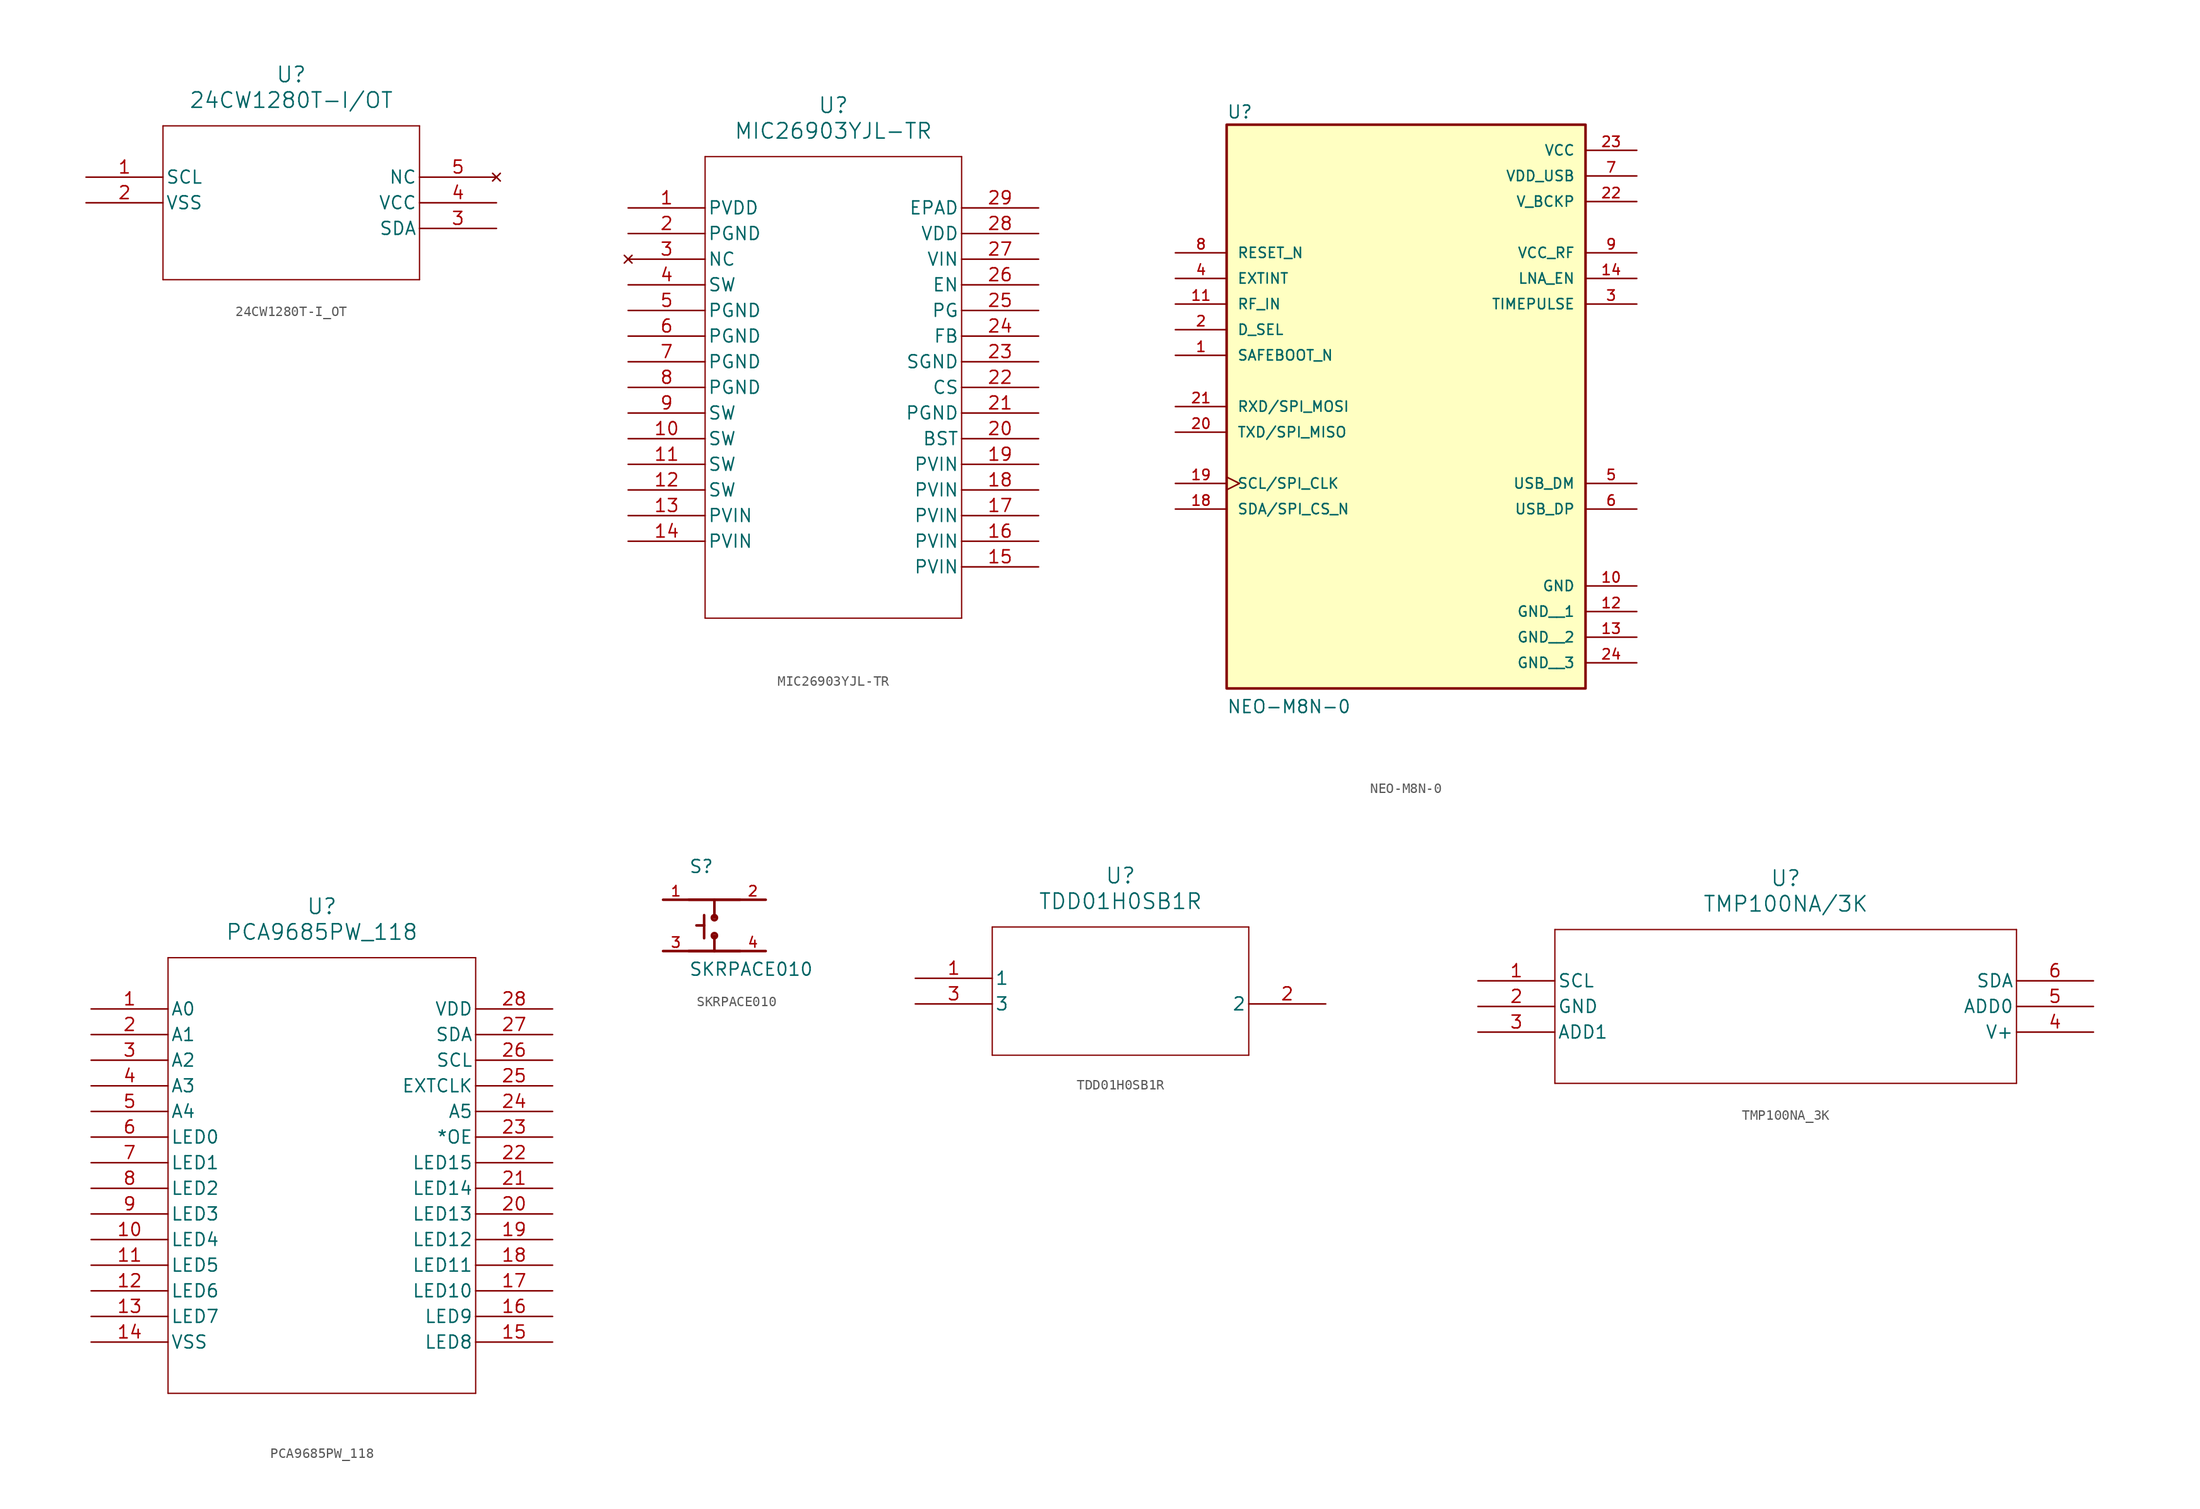
<source format=kicad_sym>
(kicad_symbol_lib
  (version 20241209)
  (generator "kicad_symbol_editor")
  (generator_version "9.0")
  (symbol "24CW1280T-I_OT"
    (pin_names
      (offset 0.254))
    (property "Reference" "U"
      (at 20.32 10.16 0)
      (effects (font (size 1.524 1.524))))
    (property "Value" "24CW1280T-I/OT"
      (at 20.32 7.62 0)
      (effects (font (size 1.524 1.524))))
    (symbol "24CW1280T-I_OT_0_1"
      (polyline (pts (xy 7.62 5.08) (xy 7.62 -10.16)) (stroke (width 0.127) (type default)) (fill (type none)))
      (polyline (pts (xy 7.62 -10.16) (xy 33.02 -10.16)) (stroke (width 0.127) (type default)) (fill (type none)))
      (polyline (pts (xy 33.02 5.08) (xy 7.62 5.08)) (stroke (width 0.127) (type default)) (fill (type none)))
      (polyline (pts (xy 33.02 -10.16) (xy 33.02 5.08)) (stroke (width 0.127) (type default)) (fill (type none)))
      (pin unspecified line (at 0 0 0) (length 7.62) (name "SCL" (effects (font (size 1.27 1.27)))) (number "1" (effects (font (size 1.27 1.27)))))
      (pin power_out line (at 0 -2.54 0) (length 7.62) (name "VSS" (effects (font (size 1.27 1.27)))) (number "2" (effects (font (size 1.27 1.27)))))
      (pin no_connect line (at 40.64 0 180) (length 7.62) (name "NC" (effects (font (size 1.27 1.27)))) (number "5" (effects (font (size 1.27 1.27)))))
      (pin power_in line (at 40.64 -2.54 180) (length 7.62) (name "VCC" (effects (font (size 1.27 1.27)))) (number "4" (effects (font (size 1.27 1.27)))))
      (pin unspecified line (at 40.64 -5.08 180) (length 7.62) (name "SDA" (effects (font (size 1.27 1.27)))) (number "3" (effects (font (size 1.27 1.27)))))))
  (symbol "MIC26903YJL-TR"
    (pin_names
      (offset 0.254))
    (property "Reference" "U"
      (at 20.32 10.16 0)
      (effects (font (size 1.524 1.524))))
    (property "Value" "MIC26903YJL-TR"
      (at 20.32 7.62 0)
      (effects (font (size 1.524 1.524))))
    (symbol "MIC26903YJL-TR_0_1"
      (polyline (pts (xy 7.62 5.08) (xy 7.62 -40.64)) (stroke (width 0.127) (type default)) (fill (type none)))
      (polyline (pts (xy 7.62 -40.64) (xy 33.02 -40.64)) (stroke (width 0.127) (type default)) (fill (type none)))
      (polyline (pts (xy 33.02 5.08) (xy 7.62 5.08)) (stroke (width 0.127) (type default)) (fill (type none)))
      (polyline (pts (xy 33.02 -40.64) (xy 33.02 5.08)) (stroke (width 0.127) (type default)) (fill (type none)))
      (pin power_in line (at 0 0 0) (length 7.62) (name "PVDD" (effects (font (size 1.27 1.27)))) (number "1" (effects (font (size 1.27 1.27)))))
      (pin power_in line (at 0 -2.54 0) (length 7.62) (name "PGND" (effects (font (size 1.27 1.27)))) (number "2" (effects (font (size 1.27 1.27)))))
      (pin no_connect line (at 0 -5.08 0) (length 7.62) (name "NC" (effects (font (size 1.27 1.27)))) (number "3" (effects (font (size 1.27 1.27)))))
      (pin output line (at 0 -7.62 0) (length 7.62) (name "SW" (effects (font (size 1.27 1.27)))) (number "4" (effects (font (size 1.27 1.27)))))
      (pin power_in line (at 0 -10.16 0) (length 7.62) (name "PGND" (effects (font (size 1.27 1.27)))) (number "5" (effects (font (size 1.27 1.27)))))
      (pin power_in line (at 0 -12.7 0) (length 7.62) (name "PGND" (effects (font (size 1.27 1.27)))) (number "6" (effects (font (size 1.27 1.27)))))
      (pin power_in line (at 0 -15.24 0) (length 7.62) (name "PGND" (effects (font (size 1.27 1.27)))) (number "7" (effects (font (size 1.27 1.27)))))
      (pin power_in line (at 0 -17.78 0) (length 7.62) (name "PGND" (effects (font (size 1.27 1.27)))) (number "8" (effects (font (size 1.27 1.27)))))
      (pin output line (at 0 -20.32 0) (length 7.62) (name "SW" (effects (font (size 1.27 1.27)))) (number "9" (effects (font (size 1.27 1.27)))))
      (pin output line (at 0 -22.86 0) (length 7.62) (name "SW" (effects (font (size 1.27 1.27)))) (number "10" (effects (font (size 1.27 1.27)))))
      (pin output line (at 0 -25.4 0) (length 7.62) (name "SW" (effects (font (size 1.27 1.27)))) (number "11" (effects (font (size 1.27 1.27)))))
      (pin output line (at 0 -27.94 0) (length 7.62) (name "SW" (effects (font (size 1.27 1.27)))) (number "12" (effects (font (size 1.27 1.27)))))
      (pin input line (at 0 -30.48 0) (length 7.62) (name "PVIN" (effects (font (size 1.27 1.27)))) (number "13" (effects (font (size 1.27 1.27)))))
      (pin input line (at 0 -33.02 0) (length 7.62) (name "PVIN" (effects (font (size 1.27 1.27)))) (number "14" (effects (font (size 1.27 1.27)))))
      (pin unspecified line (at 40.64 0 180) (length 7.62) (name "EPAD" (effects (font (size 1.27 1.27)))) (number "29" (effects (font (size 1.27 1.27)))))
      (pin power_in line (at 40.64 -2.54 180) (length 7.62) (name "VDD" (effects (font (size 1.27 1.27)))) (number "28" (effects (font (size 1.27 1.27)))))
      (pin input line (at 40.64 -5.08 180) (length 7.62) (name "VIN" (effects (font (size 1.27 1.27)))) (number "27" (effects (font (size 1.27 1.27)))))
      (pin input line (at 40.64 -7.62 180) (length 7.62) (name "EN" (effects (font (size 1.27 1.27)))) (number "26" (effects (font (size 1.27 1.27)))))
      (pin output line (at 40.64 -10.16 180) (length 7.62) (name "PG" (effects (font (size 1.27 1.27)))) (number "25" (effects (font (size 1.27 1.27)))))
      (pin input line (at 40.64 -12.7 180) (length 7.62) (name "FB" (effects (font (size 1.27 1.27)))) (number "24" (effects (font (size 1.27 1.27)))))
      (pin power_in line (at 40.64 -15.24 180) (length 7.62) (name "SGND" (effects (font (size 1.27 1.27)))) (number "23" (effects (font (size 1.27 1.27)))))
      (pin input line (at 40.64 -17.78 180) (length 7.62) (name "CS" (effects (font (size 1.27 1.27)))) (number "22" (effects (font (size 1.27 1.27)))))
      (pin power_in line (at 40.64 -20.32 180) (length 7.62) (name "PGND" (effects (font (size 1.27 1.27)))) (number "21" (effects (font (size 1.27 1.27)))))
      (pin output line (at 40.64 -22.86 180) (length 7.62) (name "BST" (effects (font (size 1.27 1.27)))) (number "20" (effects (font (size 1.27 1.27)))))
      (pin input line (at 40.64 -25.4 180) (length 7.62) (name "PVIN" (effects (font (size 1.27 1.27)))) (number "19" (effects (font (size 1.27 1.27)))))
      (pin input line (at 40.64 -27.94 180) (length 7.62) (name "PVIN" (effects (font (size 1.27 1.27)))) (number "18" (effects (font (size 1.27 1.27)))))
      (pin input line (at 40.64 -30.48 180) (length 7.62) (name "PVIN" (effects (font (size 1.27 1.27)))) (number "17" (effects (font (size 1.27 1.27)))))
      (pin input line (at 40.64 -33.02 180) (length 7.62) (name "PVIN" (effects (font (size 1.27 1.27)))) (number "16" (effects (font (size 1.27 1.27)))))
      (pin input line (at 40.64 -35.56 180) (length 7.62) (name "PVIN" (effects (font (size 1.27 1.27)))) (number "15" (effects (font (size 1.27 1.27)))))))
  (symbol "NEO-M8N-0"
    (pin_names
      (offset 1.016))
    (property "Reference" "U"
      (at -17.784 23.374 0)
      (effects (font (size 1.27 1.27)) (justify left bottom)))
    (property "Value" "NEO-M8N-0"
      (at -17.785 -35.567 0)
      (effects (font (size 1.27 1.27)) (justify left bottom)))
    (symbol "NEO-M8N-0_0_0"
      (rectangle (start -17.78 -33.02) (end 17.78 22.86) (stroke (width 0.254) (type default)) (fill (type background)))
      (pin input line (at -22.86 10.16 0) (length 5.08) (name "RESET_N" (effects (font (size 1.016 1.016)))) (number "8" (effects (font (size 1.016 1.016)))))
      (pin input line (at -22.86 7.62 0) (length 5.08) (name "EXTINT" (effects (font (size 1.016 1.016)))) (number "4" (effects (font (size 1.016 1.016)))))
      (pin input line (at -22.86 5.08 0) (length 5.08) (name "RF_IN" (effects (font (size 1.016 1.016)))) (number "11" (effects (font (size 1.016 1.016)))))
      (pin input line (at -22.86 2.54 0) (length 5.08) (name "D_SEL" (effects (font (size 1.016 1.016)))) (number "2" (effects (font (size 1.016 1.016)))))
      (pin input line (at -22.86 0 0) (length 5.08) (name "SAFEBOOT_N" (effects (font (size 1.016 1.016)))) (number "1" (effects (font (size 1.016 1.016)))))
      (pin input line (at -22.86 -5.08 0) (length 5.08) (name "RXD/SPI_MOSI" (effects (font (size 1.016 1.016)))) (number "21" (effects (font (size 1.016 1.016)))))
      (pin output line (at -22.86 -7.62 0) (length 5.08) (name "TXD/SPI_MISO" (effects (font (size 1.016 1.016)))) (number "20" (effects (font (size 1.016 1.016)))))
      (pin input clock (at -22.86 -12.7 0) (length 5.08) (name "SCL/SPI_CLK" (effects (font (size 1.016 1.016)))) (number "19" (effects (font (size 1.016 1.016)))))
      (pin bidirectional line (at -22.86 -15.24 0) (length 5.08) (name "SDA/SPI_CS_N" (effects (font (size 1.016 1.016)))) (number "18" (effects (font (size 1.016 1.016)))))
      (pin power_in line (at 22.86 20.32 180) (length 5.08) (name "VCC" (effects (font (size 1.016 1.016)))) (number "23" (effects (font (size 1.016 1.016)))))
      (pin power_in line (at 22.86 17.78 180) (length 5.08) (name "VDD_USB" (effects (font (size 1.016 1.016)))) (number "7" (effects (font (size 1.016 1.016)))))
      (pin power_in line (at 22.86 15.24 180) (length 5.08) (name "V_BCKP" (effects (font (size 1.016 1.016)))) (number "22" (effects (font (size 1.016 1.016)))))
      (pin output line (at 22.86 10.16 180) (length 5.08) (name "VCC_RF" (effects (font (size 1.016 1.016)))) (number "9" (effects (font (size 1.016 1.016)))))
      (pin output line (at 22.86 7.62 180) (length 5.08) (name "LNA_EN" (effects (font (size 1.016 1.016)))) (number "14" (effects (font (size 1.016 1.016)))))
      (pin output line (at 22.86 5.08 180) (length 5.08) (name "TIMEPULSE" (effects (font (size 1.016 1.016)))) (number "3" (effects (font (size 1.016 1.016)))))
      (pin bidirectional line (at 22.86 -12.7 180) (length 5.08) (name "USB_DM" (effects (font (size 1.016 1.016)))) (number "5" (effects (font (size 1.016 1.016)))))
      (pin bidirectional line (at 22.86 -15.24 180) (length 5.08) (name "USB_DP" (effects (font (size 1.016 1.016)))) (number "6" (effects (font (size 1.016 1.016)))))
      (pin power_in line (at 22.86 -22.86 180) (length 5.08) (name "GND" (effects (font (size 1.016 1.016)))) (number "10" (effects (font (size 1.016 1.016)))))
      (pin power_in line (at 22.86 -25.4 180) (length 5.08) (name "GND__1" (effects (font (size 1.016 1.016)))) (number "12" (effects (font (size 1.016 1.016)))))
      (pin power_in line (at 22.86 -27.94 180) (length 5.08) (name "GND__2" (effects (font (size 1.016 1.016)))) (number "13" (effects (font (size 1.016 1.016)))))
      (pin power_in line (at 22.86 -30.48 180) (length 5.08) (name "GND__3" (effects (font (size 1.016 1.016)))) (number "24" (effects (font (size 1.016 1.016)))))))
  (symbol "PCA9685PW_118"
    (pin_names
      (offset 0.254))
    (property "Reference" "U"
      (at 22.86 10.16 0)
      (effects (font (size 1.524 1.524))))
    (property "Value" "PCA9685PW_118"
      (at 22.86 7.62 0)
      (effects (font (size 1.524 1.524))))
    (symbol "PCA9685PW_118_0_1"
      (polyline (pts (xy 7.62 5.08) (xy 7.62 -38.1)) (stroke (width 0.127) (type default)) (fill (type none)))
      (polyline (pts (xy 7.62 -38.1) (xy 38.1 -38.1)) (stroke (width 0.127) (type default)) (fill (type none)))
      (polyline (pts (xy 38.1 5.08) (xy 7.62 5.08)) (stroke (width 0.127) (type default)) (fill (type none)))
      (polyline (pts (xy 38.1 -38.1) (xy 38.1 5.08)) (stroke (width 0.127) (type default)) (fill (type none)))
      (pin input line (at 0 0 0) (length 7.62) (name "A0" (effects (font (size 1.27 1.27)))) (number "1" (effects (font (size 1.27 1.27)))))
      (pin input line (at 0 -2.54 0) (length 7.62) (name "A1" (effects (font (size 1.27 1.27)))) (number "2" (effects (font (size 1.27 1.27)))))
      (pin output line (at 0 -5.08 0) (length 7.62) (name "A2" (effects (font (size 1.27 1.27)))) (number "3" (effects (font (size 1.27 1.27)))))
      (pin output line (at 0 -7.62 0) (length 7.62) (name "A3" (effects (font (size 1.27 1.27)))) (number "4" (effects (font (size 1.27 1.27)))))
      (pin output line (at 0 -10.16 0) (length 7.62) (name "A4" (effects (font (size 1.27 1.27)))) (number "5" (effects (font (size 1.27 1.27)))))
      (pin output line (at 0 -12.7 0) (length 7.62) (name "LED0" (effects (font (size 1.27 1.27)))) (number "6" (effects (font (size 1.27 1.27)))))
      (pin output line (at 0 -15.24 0) (length 7.62) (name "LED1" (effects (font (size 1.27 1.27)))) (number "7" (effects (font (size 1.27 1.27)))))
      (pin output line (at 0 -17.78 0) (length 7.62) (name "LED2" (effects (font (size 1.27 1.27)))) (number "8" (effects (font (size 1.27 1.27)))))
      (pin output line (at 0 -20.32 0) (length 7.62) (name "LED3" (effects (font (size 1.27 1.27)))) (number "9" (effects (font (size 1.27 1.27)))))
      (pin output line (at 0 -22.86 0) (length 7.62) (name "LED4" (effects (font (size 1.27 1.27)))) (number "10" (effects (font (size 1.27 1.27)))))
      (pin power_out line (at 0 -25.4 0) (length 7.62) (name "LED5" (effects (font (size 1.27 1.27)))) (number "11" (effects (font (size 1.27 1.27)))))
      (pin output line (at 0 -27.94 0) (length 7.62) (name "LED6" (effects (font (size 1.27 1.27)))) (number "12" (effects (font (size 1.27 1.27)))))
      (pin output line (at 0 -30.48 0) (length 7.62) (name "LED7" (effects (font (size 1.27 1.27)))) (number "13" (effects (font (size 1.27 1.27)))))
      (pin output line (at 0 -33.02 0) (length 7.62) (name "VSS" (effects (font (size 1.27 1.27)))) (number "14" (effects (font (size 1.27 1.27)))))
      (pin input line (at 45.72 0 180) (length 7.62) (name "VDD" (effects (font (size 1.27 1.27)))) (number "28" (effects (font (size 1.27 1.27)))))
      (pin input line (at 45.72 -2.54 180) (length 7.62) (name "SDA" (effects (font (size 1.27 1.27)))) (number "27" (effects (font (size 1.27 1.27)))))
      (pin input line (at 45.72 -5.08 180) (length 7.62) (name "SCL" (effects (font (size 1.27 1.27)))) (number "26" (effects (font (size 1.27 1.27)))))
      (pin power_in line (at 45.72 -7.62 180) (length 7.62) (name "EXTCLK" (effects (font (size 1.27 1.27)))) (number "25" (effects (font (size 1.27 1.27)))))
      (pin bidirectional line (at 45.72 -10.16 180) (length 7.62) (name "A5" (effects (font (size 1.27 1.27)))) (number "24" (effects (font (size 1.27 1.27)))))
      (pin input line (at 45.72 -12.7 180) (length 7.62) (name "*OE" (effects (font (size 1.27 1.27)))) (number "23" (effects (font (size 1.27 1.27)))))
      (pin input line (at 45.72 -15.24 180) (length 7.62) (name "LED15" (effects (font (size 1.27 1.27)))) (number "22" (effects (font (size 1.27 1.27)))))
      (pin bidirectional line (at 45.72 -17.78 180) (length 7.62) (name "LED14" (effects (font (size 1.27 1.27)))) (number "21" (effects (font (size 1.27 1.27)))))
      (pin input line (at 45.72 -20.32 180) (length 7.62) (name "LED13" (effects (font (size 1.27 1.27)))) (number "20" (effects (font (size 1.27 1.27)))))
      (pin output line (at 45.72 -22.86 180) (length 7.62) (name "LED12" (effects (font (size 1.27 1.27)))) (number "19" (effects (font (size 1.27 1.27)))))
      (pin output line (at 45.72 -25.4 180) (length 7.62) (name "LED11" (effects (font (size 1.27 1.27)))) (number "18" (effects (font (size 1.27 1.27)))))
      (pin output line (at 45.72 -27.94 180) (length 7.62) (name "LED10" (effects (font (size 1.27 1.27)))) (number "17" (effects (font (size 1.27 1.27)))))
      (pin output line (at 45.72 -30.48 180) (length 7.62) (name "LED9" (effects (font (size 1.27 1.27)))) (number "16" (effects (font (size 1.27 1.27)))))
      (pin output line (at 45.72 -33.02 180) (length 7.62) (name "LED8" (effects (font (size 1.27 1.27)))) (number "15" (effects (font (size 1.27 1.27)))))))
  (symbol "SKRPACE010"
    (pin_names
      (offset 1.016))
    (property "Reference" "S"
      (at -2.543 5.086 0)
      (effects (font (size 1.27 1.27)) (justify left bottom)))
    (property "Value" "SKRPACE010"
      (at -2.544 -5.088 0)
      (effects (font (size 1.27 1.27)) (justify left bottom)))
    (symbol "SKRPACE010_0_0"
      (polyline (pts (xy -5.08 2.54) (xy 5.08 2.54)) (stroke (width 0.254) (type default)) (fill (type none)))
      (polyline (pts (xy -2.54 2.54) (xy 0 2.54)) (stroke (width 0.254) (type default)) (fill (type none)))
      (polyline (pts (xy -2.54 -2.54) (xy 0 -2.54)) (stroke (width 0.254) (type default)) (fill (type none)))
      (polyline (pts (xy -1.016 1.016) (xy -1.016 0)) (stroke (width 0.254) (type default)) (fill (type none)))
      (polyline (pts (xy -1.016 0) (xy -1.778 0)) (stroke (width 0.254) (type default)) (fill (type none)))
      (polyline (pts (xy -1.016 0) (xy -1.016 -1.27)) (stroke (width 0.254) (type default)) (fill (type none)))
      (polyline (pts (xy 0 2.54) (xy 2.54 2.54)) (stroke (width 0.254) (type default)) (fill (type none)))
      (circle (center 0 0.762) (radius 0.254) (stroke (width 0.254) (type default)) (fill (type none)))
      (polyline (pts (xy 0 0.762) (xy 0 2.54)) (stroke (width 0.254) (type default)) (fill (type none)))
      (polyline (pts (xy 0 -1.016) (xy 0 -2.54)) (stroke (width 0.254) (type default)) (fill (type none)))
      (circle (center 0 -1.016) (radius 0.254) (stroke (width 0.254) (type default)) (fill (type none)))
      (polyline (pts (xy 0 -2.54) (xy 2.54 -2.54)) (stroke (width 0.254) (type default)) (fill (type none)))
      (polyline (pts (xy 5.08 -2.54) (xy -5.08 -2.54)) (stroke (width 0.254) (type default)) (fill (type none)))
      (pin bidirectional line (at -5.08 2.54 0) (length 2.54) (name "~" (effects (font (size 1.016 1.016)))) (number "1" (effects (font (size 1.016 1.016)))))
      (pin bidirectional line (at -5.08 -2.54 0) (length 2.54) (name "~" (effects (font (size 1.016 1.016)))) (number "3" (effects (font (size 1.016 1.016)))))
      (pin bidirectional line (at 5.08 2.54 180) (length 2.54) (name "~" (effects (font (size 1.016 1.016)))) (number "2" (effects (font (size 1.016 1.016)))))
      (pin bidirectional line (at 5.08 -2.54 180) (length 2.54) (name "~" (effects (font (size 1.016 1.016)))) (number "4" (effects (font (size 1.016 1.016)))))))
  (symbol "TDD01H0SB1R"
    (pin_names
      (offset 0.254))
    (property "Reference" "U"
      (at 20.32 10.16 0)
      (effects (font (size 1.524 1.524))))
    (property "Value" "TDD01H0SB1R"
      (at 20.32 7.62 0)
      (effects (font (size 1.524 1.524))))
    (property "ki_locked" ""
      (at 0 0 0)
      (effects (font (size 1.27 1.27))))
    (symbol "TDD01H0SB1R_0_1"
      (polyline (pts (xy 7.62 5.08) (xy 7.62 -7.62)) (stroke (width 0.127) (type default)) (fill (type none)))
      (polyline (pts (xy 7.62 -7.62) (xy 33.02 -7.62)) (stroke (width 0.127) (type default)) (fill (type none)))
      (polyline (pts (xy 33.02 5.08) (xy 7.62 5.08)) (stroke (width 0.127) (type default)) (fill (type none)))
      (polyline (pts (xy 33.02 -7.62) (xy 33.02 5.08)) (stroke (width 0.127) (type default)) (fill (type none)))
      (pin unspecified line (at 0 0 0) (length 7.62) (name "1" (effects (font (size 1.27 1.27)))) (number "1" (effects (font (size 1.27 1.27)))))
      (pin unspecified line (at 0 -2.54 0) (length 7.62) (name "3" (effects (font (size 1.27 1.27)))) (number "3" (effects (font (size 1.27 1.27)))))
      (pin unspecified line (at 40.64 -2.54 180) (length 7.62) (name "2" (effects (font (size 1.27 1.27)))) (number "2" (effects (font (size 1.27 1.27)))))))
  (symbol "TMP100NA_3K"
    (pin_names
      (offset 0.254))
    (property "Reference" "U"
      (at 30.48 10.16 0)
      (effects (font (size 1.524 1.524))))
    (property "Value" "TMP100NA/3K"
      (at 30.48 7.62 0)
      (effects (font (size 1.524 1.524))))
    (property "ki_locked" ""
      (at 0 0 0)
      (effects (font (size 1.27 1.27))))
    (symbol "TMP100NA_3K_0_1"
      (polyline (pts (xy 7.62 5.08) (xy 7.62 -10.16)) (stroke (width 0.127) (type default)) (fill (type none)))
      (polyline (pts (xy 7.62 -10.16) (xy 53.34 -10.16)) (stroke (width 0.127) (type default)) (fill (type none)))
      (polyline (pts (xy 53.34 5.08) (xy 7.62 5.08)) (stroke (width 0.127) (type default)) (fill (type none)))
      (polyline (pts (xy 53.34 -10.16) (xy 53.34 5.08)) (stroke (width 0.127) (type default)) (fill (type none)))
      (pin unspecified line (at 0 0 0) (length 7.62) (name "SCL" (effects (font (size 1.27 1.27)))) (number "1" (effects (font (size 1.27 1.27)))))
      (pin power_in line (at 0 -2.54 0) (length 7.62) (name "GND" (effects (font (size 1.27 1.27)))) (number "2" (effects (font (size 1.27 1.27)))))
      (pin unspecified line (at 0 -5.08 0) (length 7.62) (name "ADD1" (effects (font (size 1.27 1.27)))) (number "3" (effects (font (size 1.27 1.27)))))
      (pin unspecified line (at 60.96 0 180) (length 7.62) (name "SDA" (effects (font (size 1.27 1.27)))) (number "6" (effects (font (size 1.27 1.27)))))
      (pin unspecified line (at 60.96 -2.54 180) (length 7.62) (name "ADD0" (effects (font (size 1.27 1.27)))) (number "5" (effects (font (size 1.27 1.27)))))
      (pin power_in line (at 60.96 -5.08 180) (length 7.62) (name "V+" (effects (font (size 1.27 1.27)))) (number "4" (effects (font (size 1.27 1.27))))))))
</source>
